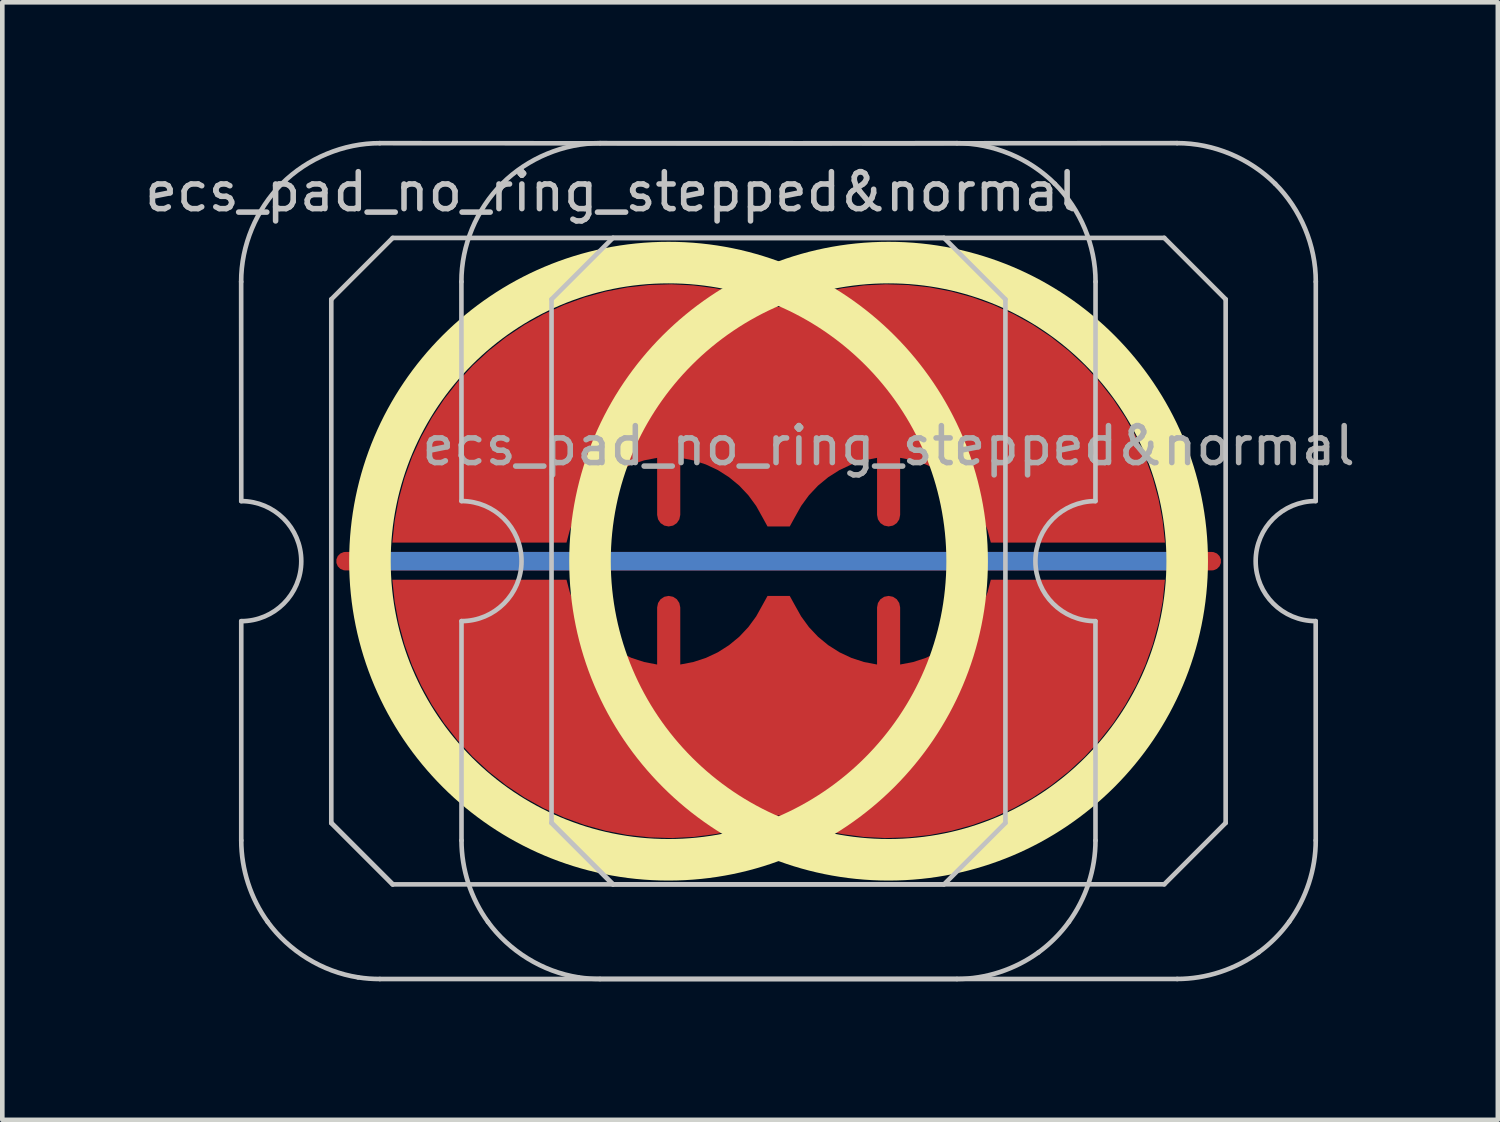
<source format=kicad_pcb>
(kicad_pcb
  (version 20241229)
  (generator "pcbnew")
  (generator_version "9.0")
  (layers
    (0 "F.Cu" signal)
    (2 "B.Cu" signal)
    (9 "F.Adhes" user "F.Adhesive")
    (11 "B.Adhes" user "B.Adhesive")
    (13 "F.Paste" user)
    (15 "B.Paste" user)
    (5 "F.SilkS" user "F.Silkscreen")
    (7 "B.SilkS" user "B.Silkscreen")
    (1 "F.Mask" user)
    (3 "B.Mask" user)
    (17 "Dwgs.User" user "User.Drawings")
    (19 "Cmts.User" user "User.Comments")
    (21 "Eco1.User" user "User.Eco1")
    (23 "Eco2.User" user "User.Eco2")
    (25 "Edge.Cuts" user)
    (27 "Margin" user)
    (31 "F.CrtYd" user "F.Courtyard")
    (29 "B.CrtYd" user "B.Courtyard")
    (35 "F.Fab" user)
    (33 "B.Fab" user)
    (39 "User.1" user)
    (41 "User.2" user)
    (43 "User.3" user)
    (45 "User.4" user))
  (footprint "ecs_pad_no_ring_stepped&normal"
    (layer "F.Cu")
    (at 16.195 9.104)
    (property "Reference" "ecs_pad_no_ring_stepped&normal" (at -6 -8 0) (layer "Dwgs.User") (effects (font (size 0.8 0.8) (thickness 0.12))))
    (attr smd)
    (fp_circle (center -4.766 0) (end 1.701 0) (stroke (width 0.9) (type solid)) (fill no) (layer "F.SilkS"))
    (fp_circle (center 0 0) (end 6.467 0) (stroke (width 0.9) (type solid)) (fill no) (layer "F.SilkS"))
    (fp_line (start -14.022 -6.052) (end -14.02 -1.301) (stroke (width 0.1) (type solid)) (layer "Dwgs.User"))
    (fp_line (start -14.02 1.299) (end -14.02 6.048) (stroke (width 0.1) (type solid)) (layer "Dwgs.User"))
    (fp_line (start -12.07 -5.671) (end -10.74 -7.001) (stroke (width 0.1) (type solid)) (layer "Dwgs.User"))
    (fp_line (start -12.07 5.669) (end -12.07 -5.671) (stroke (width 0.1) (type solid)) (layer "Dwgs.User"))
    (fp_line (start -12.07 5.669) (end -10.74 6.999) (stroke (width 0.1) (type solid)) (layer "Dwgs.User"))
    (fp_line (start -10.74 -7.001) (end 1.2 -7.001) (stroke (width 0.1) (type solid)) (layer "Dwgs.User"))
    (fp_line (start -10.74 6.999) (end -12.07 5.669) (stroke (width 0.1) (type solid)) (layer "Dwgs.User"))
    (fp_line (start -9.252 -6.052) (end -9.25 -1.302) (stroke (width 0.1) (type solid)) (layer "Dwgs.User"))
    (fp_line (start -9.25 1.298) (end -9.25 6.047) (stroke (width 0.1) (type solid)) (layer "Dwgs.User"))
    (fp_line (start -7.3 -5.672) (end -5.97 -7.002) (stroke (width 0.1) (type solid)) (layer "Dwgs.User"))
    (fp_line (start -7.3 5.668) (end -7.3 -5.672) (stroke (width 0.1) (type solid)) (layer "Dwgs.User"))
    (fp_line (start -7.3 5.668) (end -5.97 6.998) (stroke (width 0.1) (type solid)) (layer "Dwgs.User"))
    (fp_line (start -5.97 -7.002) (end 5.97 -7.002) (stroke (width 0.1) (type solid)) (layer "Dwgs.User"))
    (fp_line (start -5.97 6.998) (end -7.3 5.668) (stroke (width 0.1) (type solid)) (layer "Dwgs.User"))
    (fp_line (start 1.2 -7.001) (end 2.53 -5.671) (stroke (width 0.1) (type solid)) (layer "Dwgs.User"))
    (fp_line (start 1.2 6.999) (end -10.74 6.999) (stroke (width 0.1) (type solid)) (layer "Dwgs.User"))
    (fp_line (start 2.53 -5.671) (end 2.53 5.669) (stroke (width 0.1) (type solid)) (layer "Dwgs.User"))
    (fp_line (start 2.53 5.669) (end 1.2 6.999) (stroke (width 0.1) (type solid)) (layer "Dwgs.User"))
    (fp_line (start 4.48 1.299) (end 4.481 6.048) (stroke (width 0.1) (type solid)) (layer "Dwgs.User"))
    (fp_line (start 4.482 -6.052) (end 4.48 -1.301) (stroke (width 0.1) (type solid)) (layer "Dwgs.User"))
    (fp_line (start 5.97 -7.002) (end 7.3 -5.672) (stroke (width 0.1) (type solid)) (layer "Dwgs.User"))
    (fp_line (start 5.97 6.998) (end -5.97 6.998) (stroke (width 0.1) (type solid)) (layer "Dwgs.User"))
    (fp_line (start 7.3 -5.672) (end 7.3 5.668) (stroke (width 0.1) (type solid)) (layer "Dwgs.User"))
    (fp_line (start 7.3 5.668) (end 5.97 6.998) (stroke (width 0.1) (type solid)) (layer "Dwgs.User"))
    (fp_line (start 9.25 1.298) (end 9.251 6.047) (stroke (width 0.1) (type solid)) (layer "Dwgs.User"))
    (fp_line (start 9.252 -6.052) (end 9.25 -1.302) (stroke (width 0.1) (type solid)) (layer "Dwgs.User"))
    (fp_arc (start -14.020059 -1.301143) (mid -12.720059 -0.001143) (end -14.020059 1.298857) (stroke (width 0.1) (type solid)) (layer "Dwgs.User"))
    (fp_arc (start -9.25 -1.302) (mid -7.95 -0.002) (end -9.25 1.298) (stroke (width 0.1) (type solid)) (layer "Dwgs.User"))
    (fp_arc (start 4.479941 1.298857) (mid 3.17994 -0.001142) (end 4.479941 -1.301143) (stroke (width 0.1) (type solid)) (layer "Dwgs.User"))
    (fp_arc (start 9.25 1.298) (mid 7.949999 -0.001999) (end 9.25 -1.302) (stroke (width 0.1) (type solid)) (layer "Dwgs.User"))
    (fp_curve (pts (xy -14.02 6.048) (xy -14.02 6.676) (xy -13.816 7.305) (xy -13.447 7.813)) (stroke (width 0.1) (type solid)) (layer "Dwgs.User"))
    (fp_curve (pts (xy -13.447 7.813) (xy -12.986 8.447) (xy -12.266 8.892) (xy -11.49 9.013)) (stroke (width 0.1) (type solid)) (layer "Dwgs.User"))
    (fp_curve (pts (xy -13.142 -8.173) (xy -13.696 -7.619) (xy -14.024 -6.837) (xy -14.022 -6.052)) (stroke (width 0.1) (type solid)) (layer "Dwgs.User"))
    (fp_curve (pts (xy -11.49 9.013) (xy -11.334 9.038) (xy -11.177 9.049) (xy -11.02 9.049)) (stroke (width 0.1) (type solid)) (layer "Dwgs.User"))
    (fp_curve (pts (xy -11.02 9.049) (xy -6.888 9.051) (xy -2.653 9.049) (xy 1.48 9.049)) (stroke (width 0.1) (type solid)) (layer "Dwgs.User"))
    (fp_curve (pts (xy -11.02 -9.053) (xy -11.805 -9.054) (xy -12.587 -8.727) (xy -13.142 -8.173)) (stroke (width 0.1) (type solid)) (layer "Dwgs.User"))
    (fp_curve (pts (xy -9.25 6.047) (xy -9.25 6.675) (xy -9.046 7.305) (xy -8.677 7.812)) (stroke (width 0.1) (type solid)) (layer "Dwgs.User"))
    (fp_curve (pts (xy -8.677 7.812) (xy -8.215 8.447) (xy -7.496 8.891) (xy -6.72 9.013)) (stroke (width 0.1) (type solid)) (layer "Dwgs.User"))
    (fp_curve (pts (xy -8.372 -8.174) (xy -8.926 -7.62) (xy -9.254 -6.838) (xy -9.252 -6.052)) (stroke (width 0.1) (type solid)) (layer "Dwgs.User"))
    (fp_curve (pts (xy -6.72 9.013) (xy -6.564 9.037) (xy -6.407 9.048) (xy -6.25 9.048)) (stroke (width 0.1) (type solid)) (layer "Dwgs.User"))
    (fp_curve (pts (xy -6.25 9.048) (xy -2.118 9.05) (xy 2.117 9.048) (xy 6.25 9.048)) (stroke (width 0.1) (type solid)) (layer "Dwgs.User"))
    (fp_curve (pts (xy -6.25 -9.054) (xy -7.035 -9.055) (xy -7.817 -8.728) (xy -8.372 -8.174)) (stroke (width 0.1) (type solid)) (layer "Dwgs.User"))
    (fp_curve (pts (xy 1.48 -9.053) (xy -2.654 -9.048) (xy -6.886 -9.048) (xy -11.02 -9.053)) (stroke (width 0.1) (type solid)) (layer "Dwgs.User"))
    (fp_curve (pts (xy 1.48 9.049) (xy 2.108 9.049) (xy 2.734 8.843) (xy 3.243 8.475)) (stroke (width 0.1) (type solid)) (layer "Dwgs.User"))
    (fp_curve (pts (xy 3.243 8.475) (xy 3.497 8.29) (xy 3.722 8.065) (xy 3.906 7.811)) (stroke (width 0.1) (type solid)) (layer "Dwgs.User"))
    (fp_curve (pts (xy 3.601 -8.173) (xy 3.047 -8.727) (xy 2.265 -9.054) (xy 1.48 -9.053)) (stroke (width 0.1) (type solid)) (layer "Dwgs.User"))
    (fp_curve (pts (xy 3.906 7.811) (xy 4.275 7.302) (xy 4.481 6.677) (xy 4.481 6.048)) (stroke (width 0.1) (type solid)) (layer "Dwgs.User"))
    (fp_curve (pts (xy 4.482 -6.052) (xy 4.484 -6.837) (xy 4.156 -7.619) (xy 3.601 -8.173)) (stroke (width 0.1) (type solid)) (layer "Dwgs.User"))
    (fp_curve (pts (xy 6.25 -9.054) (xy 2.116 -9.048) (xy -2.116 -9.048) (xy -6.25 -9.054)) (stroke (width 0.1) (type solid)) (layer "Dwgs.User"))
    (fp_curve (pts (xy 6.25 9.048) (xy 6.878 9.048) (xy 7.504 8.842) (xy 8.013 8.474)) (stroke (width 0.1) (type solid)) (layer "Dwgs.User"))
    (fp_curve (pts (xy 8.013 8.474) (xy 8.267 8.289) (xy 8.492 8.064) (xy 8.676 7.81)) (stroke (width 0.1) (type solid)) (layer "Dwgs.User"))
    (fp_curve (pts (xy 8.372 -8.174) (xy 7.817 -8.728) (xy 7.035 -9.055) (xy 6.25 -9.054)) (stroke (width 0.1) (type solid)) (layer "Dwgs.User"))
    (fp_curve (pts (xy 8.676 7.81) (xy 9.045 7.301) (xy 9.251 6.676) (xy 9.251 6.047)) (stroke (width 0.1) (type solid)) (layer "Dwgs.User"))
    (fp_curve (pts (xy 9.252 -6.052) (xy 9.254 -6.838) (xy 8.926 -7.62) (xy 8.372 -8.174)) (stroke (width 0.1) (type solid)) (layer "Dwgs.User"))
    (fp_text user "${REFERENCE}" (at 0 -2.5 0) (layer "F.Fab") (effects (font (size 0.8 0.8) (thickness 0.12))))
    (pad "1" smd custom (at 0 -1.002 180) (size 0.169 0.169) (layers "F.Cu") (options (anchor circle)) (primitives (gr_poly (pts (xy -0.231 -0.096) (xy -0.177 -0.177) (xy -0.096 -0.231) (xy 0 -0.25) (xy 0.096 -0.231) (xy 0.177 -0.177) (xy 0.231 -0.096) (xy 0.25 0) (xy 0.25 1.236) (xy 0.532 1.182) (xy 0.805 1.093) (xy 1.064 0.971) (xy 1.307 0.817) (xy 1.528 0.635) (xy 1.725 0.426) (xy 1.894 0.194) (xy 2.034 -0.056) (xy 2.141 -0.25) (xy 2.214 -0.25) (xy 2.549 -0.25) (xy 2.622 -0.25) (xy 2.729 -0.056) (xy 2.868 0.194) (xy 3.038 0.426) (xy 3.235 0.635) (xy 3.456 0.817) (xy 3.698 0.971) (xy 3.958 1.093) (xy 4.231 1.182) (xy 4.512 1.236) (xy 4.512 0) (xy 4.532 -0.096) (xy 4.586 -0.177) (xy 4.667 -0.231) (xy 4.763 -0.25) (xy 4.858 -0.231) (xy 4.939 -0.177) (xy 4.993 -0.096) (xy 5.013 0) (xy 5.013 1.236) (xy 5.294 1.182) (xy 5.567 1.093) (xy 5.827 0.971) (xy 6.069 0.817) (xy 6.29 0.635) (xy 6.487 0.426) (xy 6.657 0.194) (xy 6.796 -0.056) (xy 6.903 -0.323) (xy 6.976 -0.6) (xy 10.748 -0.6) (xy 10.697 -0.125) (xy 10.609 0.344) (xy 10.483 0.805) (xy 10.321 1.255) (xy 10.123 1.69) (xy 9.892 2.108) (xy 9.628 2.506) (xy 9.333 2.882) (xy 9.01 3.233) (xy 8.659 3.557) (xy 8.284 3.853) (xy 7.886 4.118) (xy 7.469 4.35) (xy 7.034 4.548) (xy 6.585 4.711) (xy 6.125 4.838) (xy 5.655 4.928) (xy 5.18 4.98) (xy 4.703 4.995) (xy 4.226 4.971) (xy 3.752 4.909) (xy 3.285 4.81) (xy 2.827 4.674) (xy 2.381 4.502) (xy 1.936 4.674) (xy 1.478 4.81) (xy 1.01 4.909) (xy 0.537 4.971) (xy 0.06 4.995) (xy -0.418 4.98) (xy -0.893 4.928) (xy -1.362 4.838) (xy -1.823 4.711) (xy -2.272 4.548) (xy -2.706 4.35) (xy -3.124 4.118) (xy -3.521 3.853) (xy -3.897 3.557) (xy -4.247 3.233) (xy -4.571 2.882) (xy -4.866 2.506) (xy -5.129 2.108) (xy -5.361 1.69) (xy -5.558 1.255) (xy -5.72 0.805) (xy -5.846 0.344) (xy -5.935 -0.125) (xy -5.986 -0.6) (xy -2.214 -0.6) (xy -2.141 -0.323) (xy -2.034 -0.056) (xy -1.894 0.194) (xy -1.725 0.426) (xy -1.528 0.635) (xy -1.307 0.817) (xy -1.064 0.971) (xy -0.805 1.093) (xy -0.532 1.182) (xy -0.25 1.236) (xy -0.25 0)) (width 0) (fill yes))))
    (pad "2" smd custom (at 0 1.002) (size 0.169 0.169) (layers "F.Cu") (options (anchor circle)) (primitives (gr_poly (pts (xy 0.231 -0.096) (xy 0.177 -0.177) (xy 0.096 -0.231) (xy 0 -0.25) (xy -0.096 -0.231) (xy -0.177 -0.177) (xy -0.231 -0.096) (xy -0.25 0) (xy -0.25 1.236) (xy -0.532 1.182) (xy -0.805 1.093) (xy -1.064 0.971) (xy -1.307 0.817) (xy -1.528 0.635) (xy -1.725 0.426) (xy -1.894 0.194) (xy -2.034 -0.056) (xy -2.141 -0.25) (xy -2.214 -0.25) (xy -2.549 -0.25) (xy -2.622 -0.25) (xy -2.729 -0.056) (xy -2.868 0.194) (xy -3.038 0.426) (xy -3.235 0.635) (xy -3.456 0.817) (xy -3.698 0.971) (xy -3.958 1.093) (xy -4.231 1.182) (xy -4.512 1.236) (xy -4.512 0) (xy -4.532 -0.096) (xy -4.586 -0.177) (xy -4.667 -0.231) (xy -4.763 -0.25) (xy -4.858 -0.231) (xy -4.939 -0.177) (xy -4.993 -0.096) (xy -5.013 0) (xy -5.013 1.236) (xy -5.294 1.182) (xy -5.567 1.093) (xy -5.827 0.971) (xy -6.069 0.817) (xy -6.29 0.635) (xy -6.487 0.426) (xy -6.657 0.194) (xy -6.796 -0.056) (xy -6.903 -0.323) (xy -6.976 -0.6) (xy -10.748 -0.6) (xy -10.697 -0.125) (xy -10.609 0.344) (xy -10.483 0.805) (xy -10.321 1.255) (xy -10.123 1.69) (xy -9.892 2.108) (xy -9.628 2.506) (xy -9.333 2.882) (xy -9.01 3.233) (xy -8.659 3.557) (xy -8.284 3.853) (xy -7.886 4.118) (xy -7.469 4.35) (xy -7.034 4.548) (xy -6.585 4.711) (xy -6.125 4.838) (xy -5.655 4.928) (xy -5.18 4.98) (xy -4.703 4.995) (xy -4.226 4.971) (xy -3.752 4.909) (xy -3.285 4.81) (xy -2.827 4.674) (xy -2.381 4.502) (xy -1.936 4.674) (xy -1.478 4.81) (xy -1.01 4.909) (xy -0.537 4.971) (xy -0.06 4.995) (xy 0.418 4.98) (xy 0.893 4.928) (xy 1.362 4.838) (xy 1.823 4.711) (xy 2.272 4.548) (xy 2.706 4.35) (xy 3.124 4.118) (xy 3.521 3.853) (xy 3.897 3.557) (xy 4.247 3.233) (xy 4.571 2.882) (xy 4.866 2.506) (xy 5.129 2.108) (xy 5.361 1.69) (xy 5.558 1.255) (xy 5.72 0.805) (xy 5.846 0.344) (xy 5.935 -0.125) (xy 5.986 -0.6) (xy 2.214 -0.6) (xy 2.141 -0.323) (xy 2.034 -0.056) (xy 1.894 0.194) (xy 1.725 0.426) (xy 1.528 0.635) (xy 1.307 0.817) (xy 1.064 0.971) (xy 0.805 1.093) (xy 0.532 1.182) (xy 0.25 1.236) (xy 0.25 0)) (width 0) (fill yes))))
    (pad "3" smd custom (at 0 0 90) (size 0.4 0.4) (layers "F.Cu") (options (anchor rect)) (primitives (gr_line (start 0 -11.763) (end 0 7) (width 0.4))))
    (pad "3" smd custom (at 0 0 90) (size 0.4 0.4) (layers "B.Cu") (options (anchor rect)) (primitives (gr_line (start 0 -11.263) (end 0 6.5) (width 0.4))))
    (zone (net_name "") (layer "F.Cu") (hatch edge 0.508) (connect_pads) (min_thickness 0.254) (filled_areas_thickness no) (keepout (tracks allowed) (vias allowed) (pads allowed) (copperpour not_allowed) (footprints allowed)) (placement (enabled no)) (fill) (polygon (pts (xy 11.432 16.109) (xy 11.945 16.09) (xy 12.456 16.033) (xy 12.96 15.94) (xy 13.457 15.81) (xy 13.943 15.643) (xy 14.415 15.442) (xy 14.871 15.206) (xy 15.309 14.938) (xy 15.726 14.639) (xy 16.119 14.309) (xy 16.488 13.952) (xy 16.83 13.569) (xy 17.142 13.162) (xy 17.424 12.732) (xy 17.674 12.284) (xy 17.89 11.818) (xy 18.071 11.338) (xy 18.217 10.846) (xy 18.326 10.344) (xy 18.399 9.836) (xy 18.434 9.324) (xy 18.431 8.81) (xy 18.391 8.299) (xy 18.313 7.791) (xy 18.198 7.291) (xy 18.048 6.8) (xy 17.861 6.322) (xy 17.64 5.858) (xy 17.386 5.412) (xy 17.099 4.986) (xy 16.783 4.582) (xy 16.437 4.203) (xy 16.065 3.849) (xy 15.667 3.524) (xy 15.247 3.229) (xy 14.807 2.965) (xy 14.348 2.735) (xy 13.874 2.538) (xy 13.387 2.377) (xy 12.889 2.252) (xy 12.383 2.164) (xy 11.872 2.113) (xy 11.359 2.099) (xy 10.846 2.123) (xy 10.336 2.185) (xy 9.833 2.284) (xy 9.337 2.419) (xy 8.854 2.591) (xy 8.383 2.797) (xy 7.93 3.037) (xy 7.495 3.31) (xy 7.081 3.614) (xy 6.691 3.947) (xy 6.326 4.309) (xy 5.988 4.695) (xy 5.68 5.106) (xy 5.403 5.538) (xy 5.158 5.989) (xy 4.947 6.457) (xy 4.77 6.939) (xy 4.63 7.433) (xy 4.525 7.936) (xy 4.458 8.444) (xy 4.429 8.957) (xy 4.437 9.47) (xy 4.483 9.982) (xy 4.566 10.488) (xy 4.685 10.987) (xy 4.841 11.477) (xy 5.033 11.953) (xy 5.259 12.414) (xy 5.518 12.857) (xy 5.809 13.28) (xy 6.13 13.681) (xy 6.479 14.057) (xy 6.855 14.406) (xy 7.256 14.727) (xy 7.679 15.018) (xy 8.122 15.277) (xy 8.583 15.503) (xy 9.059 15.694) (xy 9.548 15.851) (xy 10.048 15.97) (xy 10.554 16.053) (xy 11.066 16.099))))
    (zone (net_name "") (layer "F.Cu") (hatch edge 0.508) (connect_pads) (min_thickness 0.254) (filled_areas_thickness no) (keepout (tracks allowed) (vias allowed) (pads allowed) (copperpour not_allowed) (footprints allowed)) (placement (enabled no)) (fill) (polygon (pts (xy 16.195 2.097) (xy 15.682 2.116) (xy 15.172 2.172) (xy 14.667 2.266) (xy 14.171 2.396) (xy 13.685 2.562) (xy 13.213 2.763) (xy 12.757 2.999) (xy 12.319 3.267) (xy 11.902 3.567) (xy 11.508 3.896) (xy 11.139 4.253) (xy 10.798 4.637) (xy 10.485 5.044) (xy 10.203 5.473) (xy 9.954 5.922) (xy 9.738 6.387) (xy 9.556 6.867) (xy 9.41 7.36) (xy 9.301 7.861) (xy 9.229 8.37) (xy 9.194 8.882) (xy 9.196 9.395) (xy 9.237 9.907) (xy 9.314 10.414) (xy 9.429 10.915) (xy 9.58 11.405) (xy 9.766 11.884) (xy 9.987 12.347) (xy 10.242 12.793) (xy 10.528 13.219) (xy 10.845 13.623) (xy 11.19 14.003) (xy 11.563 14.356) (xy 11.96 14.681) (xy 12.38 14.977) (xy 12.821 15.24) (xy 13.279 15.471) (xy 13.754 15.667) (xy 14.241 15.828) (xy 14.739 15.954) (xy 15.245 16.042) (xy 15.755 16.093) (xy 16.269 16.106) (xy 16.781 16.082) (xy 17.291 16.02) (xy 17.795 15.922) (xy 18.29 15.786) (xy 18.774 15.615) (xy 19.244 15.408) (xy 19.698 15.168) (xy 20.133 14.895) (xy 20.546 14.591) (xy 20.937 14.258) (xy 21.302 13.897) (xy 21.639 13.51) (xy 21.947 13.1) (xy 22.225 12.668) (xy 22.47 12.216) (xy 22.681 11.748) (xy 22.857 11.266) (xy 22.998 10.773) (xy 23.102 10.27) (xy 23.169 9.761) (xy 23.199 9.248) (xy 23.191 8.735) (xy 23.145 8.224) (xy 23.062 7.717) (xy 22.942 7.218) (xy 22.786 6.729) (xy 22.595 6.253) (xy 22.369 5.792) (xy 22.11 5.348) (xy 21.819 4.925) (xy 21.498 4.525) (xy 21.148 4.148) (xy 20.772 3.799) (xy 20.372 3.478) (xy 19.949 3.187) (xy 19.505 2.928) (xy 19.044 2.702) (xy 18.568 2.511) (xy 18.079 2.355) (xy 17.58 2.235) (xy 17.073 2.152) (xy 16.562 2.106))))
    (zone (net_name "") (layer "B.Cu") (hatch edge 0.508) (connect_pads) (min_thickness 0.254) (filled_areas_thickness no) (keepout (tracks allowed) (vias allowed) (pads allowed) (copperpour not_allowed) (footprints allowed)) (placement (enabled no)) (fill) (polygon (pts (xy 11.432 15.662) (xy 11.947 15.642) (xy 12.458 15.581) (xy 12.963 15.481) (xy 13.459 15.341) (xy 13.942 15.163) (xy 14.41 14.947) (xy 14.859 14.696) (xy 15.287 14.409) (xy 15.691 14.091) (xy 16.07 13.741) (xy 16.419 13.363) (xy 16.738 12.959) (xy 17.024 12.53) (xy 17.276 12.081) (xy 17.491 11.613) (xy 17.67 11.13) (xy 17.809 10.635) (xy 17.91 10.13) (xy 17.97 9.618) (xy 17.99 9.104) (xy 17.97 8.589) (xy 17.91 8.078) (xy 17.809 7.573) (xy 17.67 7.077) (xy 17.491 6.594) (xy 17.276 6.126) (xy 17.024 5.677) (xy 16.738 5.249) (xy 16.419 4.844) (xy 16.07 4.466) (xy 15.691 4.117) (xy 15.287 3.798) (xy 14.859 3.512) (xy 14.41 3.26) (xy 13.942 3.045) (xy 13.459 2.866) (xy 12.963 2.727) (xy 12.458 2.626) (xy 11.947 2.566) (xy 11.432 2.545) (xy 10.918 2.566) (xy 10.406 2.626) (xy 9.901 2.727) (xy 9.406 2.866) (xy 8.923 3.045) (xy 8.455 3.26) (xy 8.006 3.512) (xy 7.577 3.798) (xy 7.173 4.117) (xy 6.795 4.466) (xy 6.445 4.844) (xy 6.127 5.249) (xy 5.84 5.677) (xy 5.589 6.126) (xy 5.373 6.594) (xy 5.195 7.077) (xy 5.055 7.573) (xy 4.955 8.078) (xy 4.894 8.589) (xy 4.874 9.104) (xy 4.894 9.618) (xy 4.955 10.13) (xy 5.055 10.635) (xy 5.195 11.13) (xy 5.373 11.613) (xy 5.589 12.081) (xy 5.84 12.53) (xy 6.127 12.959) (xy 6.445 13.363) (xy 6.795 13.741) (xy 7.173 14.091) (xy 7.577 14.409) (xy 8.006 14.696) (xy 8.455 14.947) (xy 8.923 15.163) (xy 9.406 15.341) (xy 9.901 15.481) (xy 10.406 15.581) (xy 10.918 15.642))))
    (zone (net_name "") (layer "B.Cu") (hatch edge 0.508) (connect_pads) (min_thickness 0.254) (filled_areas_thickness no) (keepout (tracks allowed) (vias allowed) (pads allowed) (copperpour not_allowed) (footprints allowed)) (placement (enabled no)) (fill) (polygon (pts (xy 16.195 2.543) (xy 15.681 2.564) (xy 15.169 2.624) (xy 14.664 2.725) (xy 14.169 2.864) (xy 13.686 3.043) (xy 13.218 3.258) (xy 12.769 3.51) (xy 12.34 3.796) (xy 11.936 4.115) (xy 11.558 4.464) (xy 11.208 4.842) (xy 10.889 5.247) (xy 10.603 5.675) (xy 10.352 6.124) (xy 10.136 6.592) (xy 9.958 7.075) (xy 9.818 7.571) (xy 9.718 8.076) (xy 9.657 8.587) (xy 9.637 9.102) (xy 9.657 9.616) (xy 9.718 10.128) (xy 9.818 10.633) (xy 9.958 11.128) (xy 10.136 11.611) (xy 10.352 12.079) (xy 10.603 12.528) (xy 10.889 12.957) (xy 11.208 13.361) (xy 11.558 13.739) (xy 11.936 14.089) (xy 12.34 14.407) (xy 12.769 14.694) (xy 13.218 14.945) (xy 13.686 15.161) (xy 14.169 15.339) (xy 14.664 15.479) (xy 15.169 15.579) (xy 15.681 15.64) (xy 16.195 15.66) (xy 16.71 15.64) (xy 17.221 15.579) (xy 17.726 15.479) (xy 18.222 15.339) (xy 18.705 15.161) (xy 19.173 14.945) (xy 19.622 14.694) (xy 20.05 14.407) (xy 20.454 14.089) (xy 20.833 13.739) (xy 21.182 13.361) (xy 21.501 12.957) (xy 21.787 12.528) (xy 22.039 12.079) (xy 22.254 11.611) (xy 22.433 11.128) (xy 22.572 10.633) (xy 22.673 10.128) (xy 22.733 9.616) (xy 22.753 9.102) (xy 22.733 8.587) (xy 22.673 8.076) (xy 22.572 7.571) (xy 22.433 7.075) (xy 22.254 6.592) (xy 22.039 6.124) (xy 21.787 5.675) (xy 21.501 5.247) (xy 21.182 4.842) (xy 20.833 4.464) (xy 20.454 4.115) (xy 20.05 3.796) (xy 19.622 3.51) (xy 19.173 3.258) (xy 18.705 3.043) (xy 18.222 2.864) (xy 17.726 2.725) (xy 17.221 2.624) (xy 16.71 2.564)))))
  (gr_rect
    (start -3 -3)
    (end 29.39 21.203)
    (stroke (width 0.1) (type default))
    (fill no)
    (layer "Edge.Cuts")))
</source>
